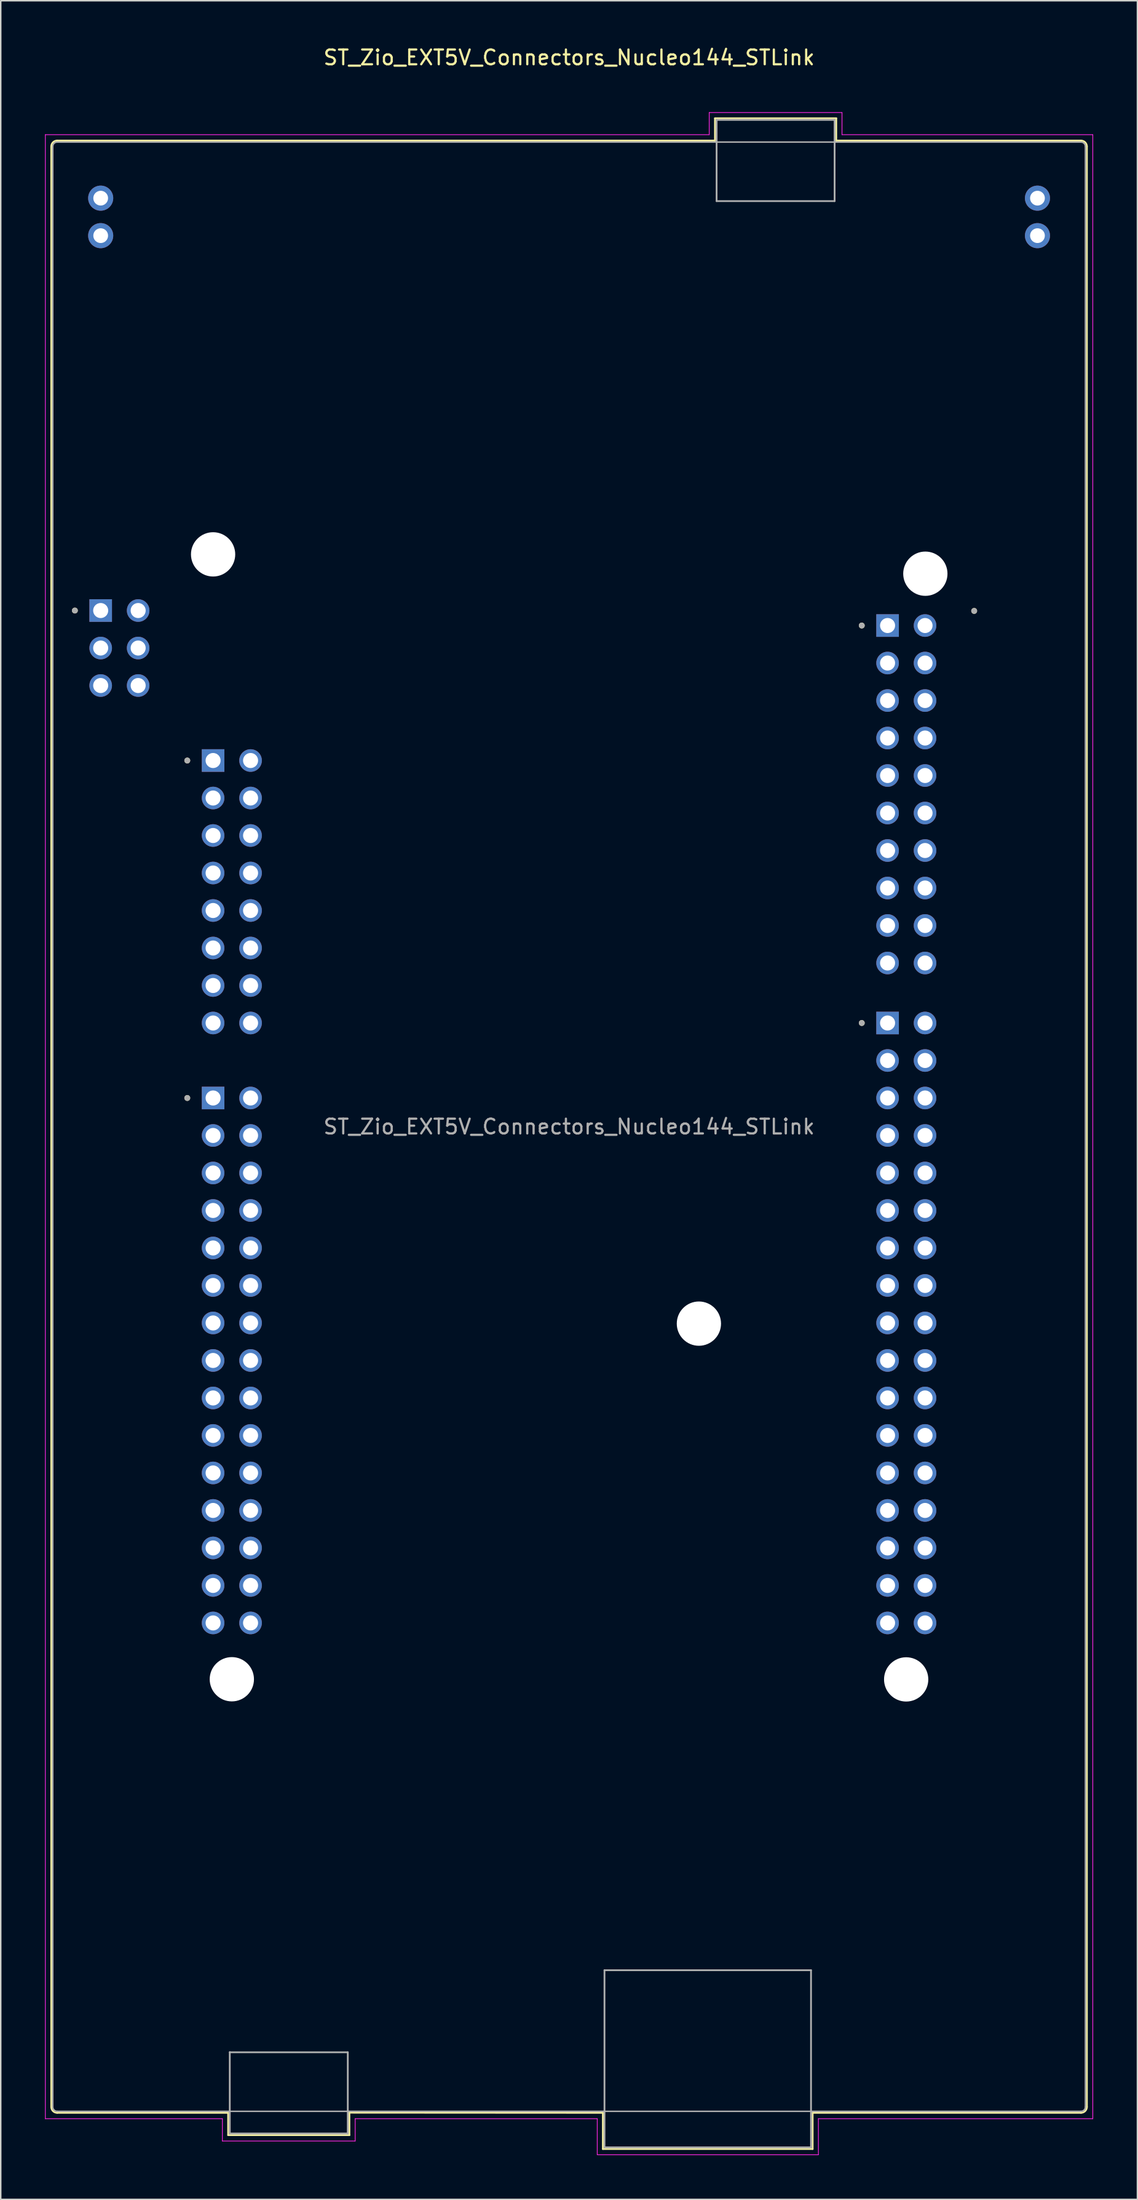
<source format=kicad_pcb>
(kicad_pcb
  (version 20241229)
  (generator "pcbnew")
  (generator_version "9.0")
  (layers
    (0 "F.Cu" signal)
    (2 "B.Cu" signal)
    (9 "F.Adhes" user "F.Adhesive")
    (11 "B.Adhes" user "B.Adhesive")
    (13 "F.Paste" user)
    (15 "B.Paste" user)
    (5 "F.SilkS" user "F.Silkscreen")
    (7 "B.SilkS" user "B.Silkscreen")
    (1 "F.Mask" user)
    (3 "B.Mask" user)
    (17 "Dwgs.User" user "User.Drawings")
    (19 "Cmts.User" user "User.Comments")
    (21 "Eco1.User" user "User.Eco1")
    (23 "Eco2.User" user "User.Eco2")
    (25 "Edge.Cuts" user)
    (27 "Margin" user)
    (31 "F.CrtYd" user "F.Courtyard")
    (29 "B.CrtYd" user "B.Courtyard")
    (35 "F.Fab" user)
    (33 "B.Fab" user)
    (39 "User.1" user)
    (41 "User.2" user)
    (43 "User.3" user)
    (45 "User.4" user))
  (footprint "ST_Zio_EXT5V_Connectors_Nucleo144_STLink"
    (layer "F.Cu")
    (at 3.775 38.313)
    (property "Reference" "ST_Zio_EXT5V_Connectors_Nucleo144_STLink" (at 31.75 -37.465 0) (layer "F.SilkS") (effects (font (size 1 1) (thickness 0.15))))
    (attr through_hole)
    (fp_line (start -3.35 -31.44) (end -3.35 101.36) (stroke (width 0.12) (type solid)) (layer "F.SilkS"))
    (fp_line (start 8.64 101.76) (end -2.95 101.76) (stroke (width 0.12) (type solid)) (layer "F.SilkS"))
    (fp_line (start 8.64 101.76) (end 8.64 103.27) (stroke (width 0.12) (type solid)) (layer "F.SilkS"))
    (fp_line (start 8.64 103.27) (end 16.86 103.27) (stroke (width 0.12) (type solid)) (layer "F.SilkS"))
    (fp_line (start 16.86 103.27) (end 16.86 101.75) (stroke (width 0.12) (type solid)) (layer "F.SilkS"))
    (fp_line (start 34.04 101.76) (end 16.86 101.75) (stroke (width 0.12) (type solid)) (layer "F.SilkS"))
    (fp_line (start 34.04 104.21) (end 34.04 101.76) (stroke (width 0.12) (type solid)) (layer "F.SilkS"))
    (fp_line (start 41.64 -33.35) (end 49.86 -33.35) (stroke (width 0.12) (type solid)) (layer "F.SilkS"))
    (fp_line (start 41.64 -31.84) (end -2.95 -31.84) (stroke (width 0.12) (type solid)) (layer "F.SilkS"))
    (fp_line (start 41.64 -31.84) (end 41.64 -33.35) (stroke (width 0.12) (type solid)) (layer "F.SilkS"))
    (fp_line (start 48.26 101.76) (end 48.26 104.21) (stroke (width 0.12) (type solid)) (layer "F.SilkS"))
    (fp_line (start 48.26 101.76) (end 66.45 101.76) (stroke (width 0.12) (type solid)) (layer "F.SilkS"))
    (fp_line (start 48.26 104.21) (end 34.04 104.21) (stroke (width 0.12) (type solid)) (layer "F.SilkS"))
    (fp_line (start 49.86 -33.35) (end 49.86 -31.84) (stroke (width 0.12) (type solid)) (layer "F.SilkS"))
    (fp_line (start 49.86 -31.84) (end 66.45 -31.84) (stroke (width 0.12) (type solid)) (layer "F.SilkS"))
    (fp_line (start 66.85 101.36) (end 66.85 -31.44) (stroke (width 0.12) (type solid)) (layer "F.SilkS"))
    (fp_arc (start -3.35 -31.44) (mid -3.232843 -31.722843) (end -2.95 -31.84) (stroke (width 0.12) (type solid)) (layer "F.SilkS"))
    (fp_arc (start -2.95 101.76) (mid -3.232843 101.642843) (end -3.35 101.36) (stroke (width 0.12) (type solid)) (layer "F.SilkS"))
    (fp_arc (start 66.45 -31.84) (mid 66.732843 -31.722843) (end 66.85 -31.44) (stroke (width 0.12) (type solid)) (layer "F.SilkS"))
    (fp_arc (start 66.85 101.36) (mid 66.732843 101.642843) (end 66.45 101.76) (stroke (width 0.12) (type solid)) (layer "F.SilkS"))
    (fp_circle (center -1.75 -0.005) (end -1.65 -0.005) (stroke (width 0.2) (type solid)) (fill no) (layer "F.SilkS"))
    (fp_circle (center 5.87 10.155) (end 5.97 10.155) (stroke (width 0.2) (type solid)) (fill no) (layer "F.SilkS"))
    (fp_circle (center 5.87 33.015) (end 5.97 33.015) (stroke (width 0.2) (type solid)) (fill no) (layer "F.SilkS"))
    (fp_circle (center 51.59 1.011) (end 51.69 1.011) (stroke (width 0.2) (type solid)) (fill no) (layer "F.SilkS"))
    (fp_circle (center 51.59 27.935) (end 51.69 27.935) (stroke (width 0.2) (type solid)) (fill no) (layer "F.SilkS"))
    (fp_circle (center 59.21 0.02) (end 59.31 0.02) (stroke (width 0.2) (type solid)) (fill no) (layer "F.SilkS"))
    (fp_line (start -3.75 -32.24) (end -3.75 102.16) (stroke (width 0.05) (type solid)) (layer "F.CrtYd"))
    (fp_line (start -3.75 102.16) (end 8.25 102.16) (stroke (width 0.05) (type solid)) (layer "F.CrtYd"))
    (fp_line (start 8.25 102.16) (end 8.25 103.67) (stroke (width 0.05) (type solid)) (layer "F.CrtYd"))
    (fp_line (start 8.25 103.67) (end 17.25 103.67) (stroke (width 0.05) (type solid)) (layer "F.CrtYd"))
    (fp_line (start 17.25 102.16) (end 17.25 103.67) (stroke (width 0.05) (type solid)) (layer "F.CrtYd"))
    (fp_line (start 17.25 102.16) (end 33.66 102.16) (stroke (width 0.05) (type solid)) (layer "F.CrtYd"))
    (fp_line (start 33.66 104.6) (end 33.66 102.16) (stroke (width 0.05) (type solid)) (layer "F.CrtYd"))
    (fp_line (start 33.66 104.6) (end 48.65 104.6) (stroke (width 0.05) (type solid)) (layer "F.CrtYd"))
    (fp_line (start 41.25 -33.74) (end 50.25 -33.74) (stroke (width 0.05) (type solid)) (layer "F.CrtYd"))
    (fp_line (start 41.25 -32.24) (end -3.75 -32.24) (stroke (width 0.05) (type solid)) (layer "F.CrtYd"))
    (fp_line (start 41.25 -32.24) (end 41.25 -33.74) (stroke (width 0.05) (type solid)) (layer "F.CrtYd"))
    (fp_line (start 48.65 102.16) (end 48.65 104.6) (stroke (width 0.05) (type solid)) (layer "F.CrtYd"))
    (fp_line (start 50.25 -32.24) (end 50.25 -33.74) (stroke (width 0.05) (type solid)) (layer "F.CrtYd"))
    (fp_line (start 50.25 -32.24) (end 67.25 -32.24) (stroke (width 0.05) (type solid)) (layer "F.CrtYd"))
    (fp_line (start 67.25 102.16) (end 48.65 102.16) (stroke (width 0.05) (type solid)) (layer "F.CrtYd"))
    (fp_line (start 67.25 102.16) (end 67.25 -32.24) (stroke (width 0.05) (type solid)) (layer "F.CrtYd"))
    (fp_line (start -3.25 101.36) (end -3.25 -31.44) (stroke (width 0.1) (type solid)) (layer "F.Fab"))
    (fp_line (start 8.75 97.66) (end 16.75 97.66) (stroke (width 0.12) (type solid)) (layer "F.Fab"))
    (fp_line (start 8.75 103.16) (end 8.75 97.65) (stroke (width 0.12) (type solid)) (layer "F.Fab"))
    (fp_line (start 8.75 103.16) (end 16.75 103.16) (stroke (width 0.12) (type solid)) (layer "F.Fab"))
    (fp_line (start 16.75 97.66) (end 16.75 103.16) (stroke (width 0.12) (type solid)) (layer "F.Fab"))
    (fp_line (start 34.15 92.1) (end 48.15 92.1) (stroke (width 0.12) (type solid)) (layer "F.Fab"))
    (fp_line (start 34.15 104.1) (end 34.15 92.1) (stroke (width 0.12) (type solid)) (layer "F.Fab"))
    (fp_line (start 34.15 104.1) (end 48.15 104.1) (stroke (width 0.12) (type solid)) (layer "F.Fab"))
    (fp_line (start 41.75 -33.24) (end 49.75 -33.24) (stroke (width 0.12) (type solid)) (layer "F.Fab"))
    (fp_line (start 41.75 -27.74) (end 41.75 -33.24) (stroke (width 0.12) (type solid)) (layer "F.Fab"))
    (fp_line (start 41.75 -27.74) (end 49.75 -27.74) (stroke (width 0.12) (type solid)) (layer "F.Fab"))
    (fp_line (start 48.15 104.1) (end 48.15 92.1) (stroke (width 0.12) (type solid)) (layer "F.Fab"))
    (fp_line (start 49.75 -33.24) (end 49.75 -27.74) (stroke (width 0.12) (type solid)) (layer "F.Fab"))
    (fp_line (start 66.45 -31.74) (end -2.95 -31.74) (stroke (width 0.1) (type solid)) (layer "F.Fab"))
    (fp_line (start 66.45 101.66) (end -2.95 101.66) (stroke (width 0.1) (type solid)) (layer "F.Fab"))
    (fp_line (start 66.75 101.36) (end 66.75 -31.44) (stroke (width 0.1) (type solid)) (layer "F.Fab"))
    (fp_arc (start -3.25 -31.44) (mid -3.162132 -31.652132) (end -2.95 -31.74) (stroke (width 0.1) (type solid)) (layer "F.Fab"))
    (fp_arc (start -2.95 101.66) (mid -3.162132 101.572132) (end -3.25 101.36) (stroke (width 0.1) (type solid)) (layer "F.Fab"))
    (fp_arc (start 66.45 -31.74) (mid 66.662132 -31.652132) (end 66.75 -31.44) (stroke (width 0.1) (type solid)) (layer "F.Fab"))
    (fp_arc (start 66.75 101.36) (mid 66.662132 101.572132) (end 66.45 101.66) (stroke (width 0.1) (type solid)) (layer "F.Fab"))
    (fp_circle (center -1.75 -0.005) (end -1.65 -0.005) (stroke (width 0.2) (type solid)) (fill no) (layer "F.Fab"))
    (fp_circle (center 5.87 10.155) (end 5.97 10.155) (stroke (width 0.2) (type solid)) (fill no) (layer "F.Fab"))
    (fp_circle (center 5.87 33.015) (end 5.97 33.015) (stroke (width 0.2) (type solid)) (fill no) (layer "F.Fab"))
    (fp_circle (center 51.59 1.011) (end 51.69 1.011) (stroke (width 0.2) (type solid)) (fill no) (layer "F.Fab"))
    (fp_circle (center 51.59 27.935) (end 51.69 27.935) (stroke (width 0.2) (type solid)) (fill no) (layer "F.Fab"))
    (fp_circle (center 59.21 0.02) (end 59.31 0.02) (stroke (width 0.2) (type solid)) (fill no) (layer "F.Fab"))
    (fp_text user "${REFERENCE}" (at 31.75 34.96 0) (layer "F.Fab") (effects (font (size 1 1) (thickness 0.15))))
    (pad "" np_thru_hole circle (at 7.62 -3.81) (size 3 3) (drill 3) (layers "*.Cu" "*.Mask"))
    (pad "" np_thru_hole circle (at 8.89 72.39) (size 3 3) (drill 3) (layers "*.Cu" "*.Mask"))
    (pad "" np_thru_hole circle (at 40.55 48.3) (size 3 3) (drill 3) (layers "*.Cu" "*.Mask"))
    (pad "" np_thru_hole circle (at 54.6 72.4) (size 3 3) (drill 3) (layers "*.Cu" "*.Mask"))
    (pad "" np_thru_hole circle (at 55.9 -2.5) (size 3 3) (drill 3) (layers "*.Cu" "*.Mask"))
    (pad "CN2_1" thru_hole circle (at 0 -27.94) (size 1.7 1.7) (drill 1) (layers "*.Cu" "*.Mask"))
    (pad "CN2_2" thru_hole circle (at 0 -25.4) (size 1.7 1.7) (drill 1) (layers "*.Cu" "*.Mask"))
    (pad "CN3_1" thru_hole circle (at 63.5 -27.94) (size 1.7 1.7) (drill 1) (layers "*.Cu" "*.Mask"))
    (pad "CN3_2" thru_hole circle (at 63.5 -25.4) (size 1.7 1.7) (drill 1) (layers "*.Cu" "*.Mask"))
    (pad "CN7_1" thru_hole rect (at 53.34 1.011) (size 1.53 1.53) (drill 1.02) (layers "*.Cu" "*.Mask"))
    (pad "CN7_2" thru_hole circle (at 55.88 1.011) (size 1.53 1.53) (drill 1.02) (layers "*.Cu" "*.Mask"))
    (pad "CN7_3" thru_hole circle (at 53.34 3.551) (size 1.53 1.53) (drill 1.02) (layers "*.Cu" "*.Mask"))
    (pad "CN7_4" thru_hole circle (at 55.88 3.551) (size 1.53 1.53) (drill 1.02) (layers "*.Cu" "*.Mask"))
    (pad "CN7_5" thru_hole circle (at 53.34 6.091) (size 1.53 1.53) (drill 1.02) (layers "*.Cu" "*.Mask"))
    (pad "CN7_6" thru_hole circle (at 55.88 6.091) (size 1.53 1.53) (drill 1.02) (layers "*.Cu" "*.Mask"))
    (pad "CN7_7" thru_hole circle (at 53.34 8.631) (size 1.53 1.53) (drill 1.02) (layers "*.Cu" "*.Mask"))
    (pad "CN7_8" thru_hole circle (at 55.88 8.631) (size 1.53 1.53) (drill 1.02) (layers "*.Cu" "*.Mask"))
    (pad "CN7_9" thru_hole circle (at 53.34 11.171) (size 1.53 1.53) (drill 1.02) (layers "*.Cu" "*.Mask"))
    (pad "CN7_10" thru_hole circle (at 55.88 11.171) (size 1.53 1.53) (drill 1.02) (layers "*.Cu" "*.Mask"))
    (pad "CN7_11" thru_hole circle (at 53.34 13.711) (size 1.53 1.53) (drill 1.02) (layers "*.Cu" "*.Mask"))
    (pad "CN7_12" thru_hole circle (at 55.88 13.711) (size 1.53 1.53) (drill 1.02) (layers "*.Cu" "*.Mask"))
    (pad "CN7_13" thru_hole circle (at 53.34 16.251) (size 1.53 1.53) (drill 1.02) (layers "*.Cu" "*.Mask"))
    (pad "CN7_14" thru_hole circle (at 55.88 16.251) (size 1.53 1.53) (drill 1.02) (layers "*.Cu" "*.Mask"))
    (pad "CN7_15" thru_hole circle (at 53.34 18.791) (size 1.53 1.53) (drill 1.02) (layers "*.Cu" "*.Mask"))
    (pad "CN7_16" thru_hole circle (at 55.88 18.791) (size 1.53 1.53) (drill 1.02) (layers "*.Cu" "*.Mask"))
    (pad "CN7_17" thru_hole circle (at 53.34 21.331) (size 1.53 1.53) (drill 1.02) (layers "*.Cu" "*.Mask"))
    (pad "CN7_18" thru_hole circle (at 55.88 21.331) (size 1.53 1.53) (drill 1.02) (layers "*.Cu" "*.Mask"))
    (pad "CN7_19" thru_hole circle (at 53.34 23.871) (size 1.53 1.53) (drill 1.02) (layers "*.Cu" "*.Mask"))
    (pad "CN7_20" thru_hole circle (at 55.88 23.871) (size 1.53 1.53) (drill 1.02) (layers "*.Cu" "*.Mask"))
    (pad "CN8_1" thru_hole rect (at 7.62 10.155) (size 1.53 1.53) (drill 1.02) (layers "*.Cu" "*.Mask"))
    (pad "CN8_2" thru_hole circle (at 10.16 10.155) (size 1.53 1.53) (drill 1.02) (layers "*.Cu" "*.Mask"))
    (pad "CN8_3" thru_hole circle (at 7.62 12.695) (size 1.53 1.53) (drill 1.02) (layers "*.Cu" "*.Mask"))
    (pad "CN8_4" thru_hole circle (at 10.16 12.695) (size 1.53 1.53) (drill 1.02) (layers "*.Cu" "*.Mask"))
    (pad "CN8_5" thru_hole circle (at 7.62 15.235) (size 1.53 1.53) (drill 1.02) (layers "*.Cu" "*.Mask"))
    (pad "CN8_6" thru_hole circle (at 10.16 15.235) (size 1.53 1.53) (drill 1.02) (layers "*.Cu" "*.Mask"))
    (pad "CN8_7" thru_hole circle (at 7.62 17.775) (size 1.53 1.53) (drill 1.02) (layers "*.Cu" "*.Mask"))
    (pad "CN8_8" thru_hole circle (at 10.16 17.775) (size 1.53 1.53) (drill 1.02) (layers "*.Cu" "*.Mask"))
    (pad "CN8_9" thru_hole circle (at 7.62 20.315) (size 1.53 1.53) (drill 1.02) (layers "*.Cu" "*.Mask"))
    (pad "CN8_10" thru_hole circle (at 10.16 20.315) (size 1.53 1.53) (drill 1.02) (layers "*.Cu" "*.Mask"))
    (pad "CN8_11" thru_hole circle (at 7.62 22.855) (size 1.53 1.53) (drill 1.02) (layers "*.Cu" "*.Mask"))
    (pad "CN8_12" thru_hole circle (at 10.16 22.855) (size 1.53 1.53) (drill 1.02) (layers "*.Cu" "*.Mask"))
    (pad "CN8_13" thru_hole circle (at 7.62 25.395) (size 1.53 1.53) (drill 1.02) (layers "*.Cu" "*.Mask"))
    (pad "CN8_14" thru_hole circle (at 10.16 25.395) (size 1.53 1.53) (drill 1.02) (layers "*.Cu" "*.Mask"))
    (pad "CN8_15" thru_hole circle (at 7.62 27.935) (size 1.53 1.53) (drill 1.02) (layers "*.Cu" "*.Mask"))
    (pad "CN8_16" thru_hole circle (at 10.16 27.935) (size 1.53 1.53) (drill 1.02) (layers "*.Cu" "*.Mask"))
    (pad "CN9_1" thru_hole rect (at 7.62 33.015) (size 1.53 1.53) (drill 1.02) (layers "*.Cu" "*.Mask"))
    (pad "CN9_2" thru_hole circle (at 10.16 33.015) (size 1.53 1.53) (drill 1.02) (layers "*.Cu" "*.Mask"))
    (pad "CN9_3" thru_hole circle (at 7.62 35.555) (size 1.53 1.53) (drill 1.02) (layers "*.Cu" "*.Mask"))
    (pad "CN9_4" thru_hole circle (at 10.16 35.555) (size 1.53 1.53) (drill 1.02) (layers "*.Cu" "*.Mask"))
    (pad "CN9_5" thru_hole circle (at 7.62 38.095) (size 1.53 1.53) (drill 1.02) (layers "*.Cu" "*.Mask"))
    (pad "CN9_6" thru_hole circle (at 10.16 38.095) (size 1.53 1.53) (drill 1.02) (layers "*.Cu" "*.Mask"))
    (pad "CN9_7" thru_hole circle (at 7.62 40.635) (size 1.53 1.53) (drill 1.02) (layers "*.Cu" "*.Mask"))
    (pad "CN9_8" thru_hole circle (at 10.16 40.635) (size 1.53 1.53) (drill 1.02) (layers "*.Cu" "*.Mask"))
    (pad "CN9_9" thru_hole circle (at 7.62 43.175) (size 1.53 1.53) (drill 1.02) (layers "*.Cu" "*.Mask"))
    (pad "CN9_10" thru_hole circle (at 10.16 43.175) (size 1.53 1.53) (drill 1.02) (layers "*.Cu" "*.Mask"))
    (pad "CN9_11" thru_hole circle (at 7.62 45.715) (size 1.53 1.53) (drill 1.02) (layers "*.Cu" "*.Mask"))
    (pad "CN9_12" thru_hole circle (at 10.16 45.715) (size 1.53 1.53) (drill 1.02) (layers "*.Cu" "*.Mask"))
    (pad "CN9_13" thru_hole circle (at 7.62 48.255) (size 1.53 1.53) (drill 1.02) (layers "*.Cu" "*.Mask"))
    (pad "CN9_14" thru_hole circle (at 10.16 48.255) (size 1.53 1.53) (drill 1.02) (layers "*.Cu" "*.Mask"))
    (pad "CN9_15" thru_hole circle (at 7.62 50.795) (size 1.53 1.53) (drill 1.02) (layers "*.Cu" "*.Mask"))
    (pad "CN9_16" thru_hole circle (at 10.16 50.795) (size 1.53 1.53) (drill 1.02) (layers "*.Cu" "*.Mask"))
    (pad "CN9_17" thru_hole circle (at 7.62 53.335) (size 1.53 1.53) (drill 1.02) (layers "*.Cu" "*.Mask"))
    (pad "CN9_18" thru_hole circle (at 10.16 53.335) (size 1.53 1.53) (drill 1.02) (layers "*.Cu" "*.Mask"))
    (pad "CN9_19" thru_hole circle (at 7.62 55.875) (size 1.53 1.53) (drill 1.02) (layers "*.Cu" "*.Mask"))
    (pad "CN9_20" thru_hole circle (at 10.16 55.875) (size 1.53 1.53) (drill 1.02) (layers "*.Cu" "*.Mask"))
    (pad "CN9_21" thru_hole circle (at 7.62 58.415) (size 1.53 1.53) (drill 1.02) (layers "*.Cu" "*.Mask"))
    (pad "CN9_22" thru_hole circle (at 10.16 58.415) (size 1.53 1.53) (drill 1.02) (layers "*.Cu" "*.Mask"))
    (pad "CN9_23" thru_hole circle (at 7.62 60.955) (size 1.53 1.53) (drill 1.02) (layers "*.Cu" "*.Mask"))
    (pad "CN9_24" thru_hole circle (at 10.16 60.955) (size 1.53 1.53) (drill 1.02) (layers "*.Cu" "*.Mask"))
    (pad "CN9_25" thru_hole circle (at 7.62 63.495) (size 1.53 1.53) (drill 1.02) (layers "*.Cu" "*.Mask"))
    (pad "CN9_26" thru_hole circle (at 10.16 63.495) (size 1.53 1.53) (drill 1.02) (layers "*.Cu" "*.Mask"))
    (pad "CN9_27" thru_hole circle (at 7.62 66.035) (size 1.53 1.53) (drill 1.02) (layers "*.Cu" "*.Mask"))
    (pad "CN9_28" thru_hole circle (at 10.16 66.035) (size 1.53 1.53) (drill 1.02) (layers "*.Cu" "*.Mask"))
    (pad "CN9_29" thru_hole circle (at 7.62 68.575) (size 1.53 1.53) (drill 1.02) (layers "*.Cu" "*.Mask"))
    (pad "CN9_30" thru_hole circle (at 10.16 68.575) (size 1.53 1.53) (drill 1.02) (layers "*.Cu" "*.Mask"))
    (pad "CN10_1" thru_hole rect (at 53.34 27.935) (size 1.53 1.53) (drill 1.02) (layers "*.Cu" "*.Mask"))
    (pad "CN10_2" thru_hole circle (at 55.88 27.935) (size 1.53 1.53) (drill 1.02) (layers "*.Cu" "*.Mask"))
    (pad "CN10_3" thru_hole circle (at 53.34 30.475) (size 1.53 1.53) (drill 1.02) (layers "*.Cu" "*.Mask"))
    (pad "CN10_4" thru_hole circle (at 55.88 30.475) (size 1.53 1.53) (drill 1.02) (layers "*.Cu" "*.Mask"))
    (pad "CN10_5" thru_hole circle (at 53.34 33.015) (size 1.53 1.53) (drill 1.02) (layers "*.Cu" "*.Mask"))
    (pad "CN10_6" thru_hole circle (at 55.88 33.015) (size 1.53 1.53) (drill 1.02) (layers "*.Cu" "*.Mask"))
    (pad "CN10_7" thru_hole circle (at 53.34 35.555) (size 1.53 1.53) (drill 1.02) (layers "*.Cu" "*.Mask"))
    (pad "CN10_8" thru_hole circle (at 55.88 35.555) (size 1.53 1.53) (drill 1.02) (layers "*.Cu" "*.Mask"))
    (pad "CN10_9" thru_hole circle (at 53.34 38.095) (size 1.53 1.53) (drill 1.02) (layers "*.Cu" "*.Mask"))
    (pad "CN10_10" thru_hole circle (at 55.88 38.095) (size 1.53 1.53) (drill 1.02) (layers "*.Cu" "*.Mask"))
    (pad "CN10_11" thru_hole circle (at 53.34 40.635) (size 1.53 1.53) (drill 1.02) (layers "*.Cu" "*.Mask"))
    (pad "CN10_12" thru_hole circle (at 55.88 40.635) (size 1.53 1.53) (drill 1.02) (layers "*.Cu" "*.Mask"))
    (pad "CN10_13" thru_hole circle (at 53.34 43.175) (size 1.53 1.53) (drill 1.02) (layers "*.Cu" "*.Mask"))
    (pad "CN10_14" thru_hole circle (at 55.88 43.175) (size 1.53 1.53) (drill 1.02) (layers "*.Cu" "*.Mask"))
    (pad "CN10_15" thru_hole circle (at 53.34 45.715) (size 1.53 1.53) (drill 1.02) (layers "*.Cu" "*.Mask"))
    (pad "CN10_16" thru_hole circle (at 55.88 45.715) (size 1.53 1.53) (drill 1.02) (layers "*.Cu" "*.Mask"))
    (pad "CN10_17" thru_hole circle (at 53.34 48.255) (size 1.53 1.53) (drill 1.02) (layers "*.Cu" "*.Mask"))
    (pad "CN10_18" thru_hole circle (at 55.88 48.255) (size 1.53 1.53) (drill 1.02) (layers "*.Cu" "*.Mask"))
    (pad "CN10_19" thru_hole circle (at 53.34 50.795) (size 1.53 1.53) (drill 1.02) (layers "*.Cu" "*.Mask"))
    (pad "CN10_20" thru_hole circle (at 55.88 50.795) (size 1.53 1.53) (drill 1.02) (layers "*.Cu" "*.Mask"))
    (pad "CN10_21" thru_hole circle (at 53.34 53.335) (size 1.53 1.53) (drill 1.02) (layers "*.Cu" "*.Mask"))
    (pad "CN10_22" thru_hole circle (at 55.88 53.335) (size 1.53 1.53) (drill 1.02) (layers "*.Cu" "*.Mask"))
    (pad "CN10_23" thru_hole circle (at 53.34 55.875) (size 1.53 1.53) (drill 1.02) (layers "*.Cu" "*.Mask"))
    (pad "CN10_24" thru_hole circle (at 55.88 55.875) (size 1.53 1.53) (drill 1.02) (layers "*.Cu" "*.Mask"))
    (pad "CN10_25" thru_hole circle (at 53.34 58.415) (size 1.53 1.53) (drill 1.02) (layers "*.Cu" "*.Mask"))
    (pad "CN10_26" thru_hole circle (at 55.88 58.415) (size 1.53 1.53) (drill 1.02) (layers "*.Cu" "*.Mask"))
    (pad "CN10_27" thru_hole circle (at 53.34 60.955) (size 1.53 1.53) (drill 1.02) (layers "*.Cu" "*.Mask"))
    (pad "CN10_28" thru_hole circle (at 55.88 60.955) (size 1.53 1.53) (drill 1.02) (layers "*.Cu" "*.Mask"))
    (pad "CN10_29" thru_hole circle (at 53.34 63.495) (size 1.53 1.53) (drill 1.02) (layers "*.Cu" "*.Mask"))
    (pad "CN10_30" thru_hole circle (at 55.88 63.495) (size 1.53 1.53) (drill 1.02) (layers "*.Cu" "*.Mask"))
    (pad "CN10_31" thru_hole circle (at 53.34 66.035) (size 1.53 1.53) (drill 1.02) (layers "*.Cu" "*.Mask"))
    (pad "CN10_32" thru_hole circle (at 55.88 66.035) (size 1.53 1.53) (drill 1.02) (layers "*.Cu" "*.Mask"))
    (pad "CN10_33" thru_hole circle (at 53.34 68.575) (size 1.53 1.53) (drill 1.02) (layers "*.Cu" "*.Mask"))
    (pad "CN10_34" thru_hole circle (at 55.88 68.575) (size 1.53 1.53) (drill 1.02) (layers "*.Cu" "*.Mask"))
    (pad "CN11_1" thru_hole rect (at 0 -0.005) (size 1.53 1.53) (drill 1.02) (layers "*.Cu" "*.Mask"))
    (pad "CN11_2" thru_hole circle (at 2.54 -0.005) (size 1.53 1.53) (drill 1.02) (layers "*.Cu" "*.Mask"))
    (pad "CN11_3" thru_hole circle (at 0 2.535) (size 1.53 1.53) (drill 1.02) (layers "*.Cu" "*.Mask"))
    (pad "CN11_4" thru_hole circle (at 2.54 2.535) (size 1.53 1.53) (drill 1.02) (layers "*.Cu" "*.Mask"))
    (pad "CN11_5" thru_hole circle (at 0 5.075) (size 1.53 1.53) (drill 1.02) (layers "*.Cu" "*.Mask"))
    (pad "CN11_6" thru_hole circle (at 2.54 5.075) (size 1.53 1.53) (drill 1.02) (layers "*.Cu" "*.Mask")))
  (gr_rect
    (start -3 -3)
    (end 74.05 145.938)
    (stroke (width 0.1) (type default))
    (fill no)
    (layer "Edge.Cuts")))
</source>
